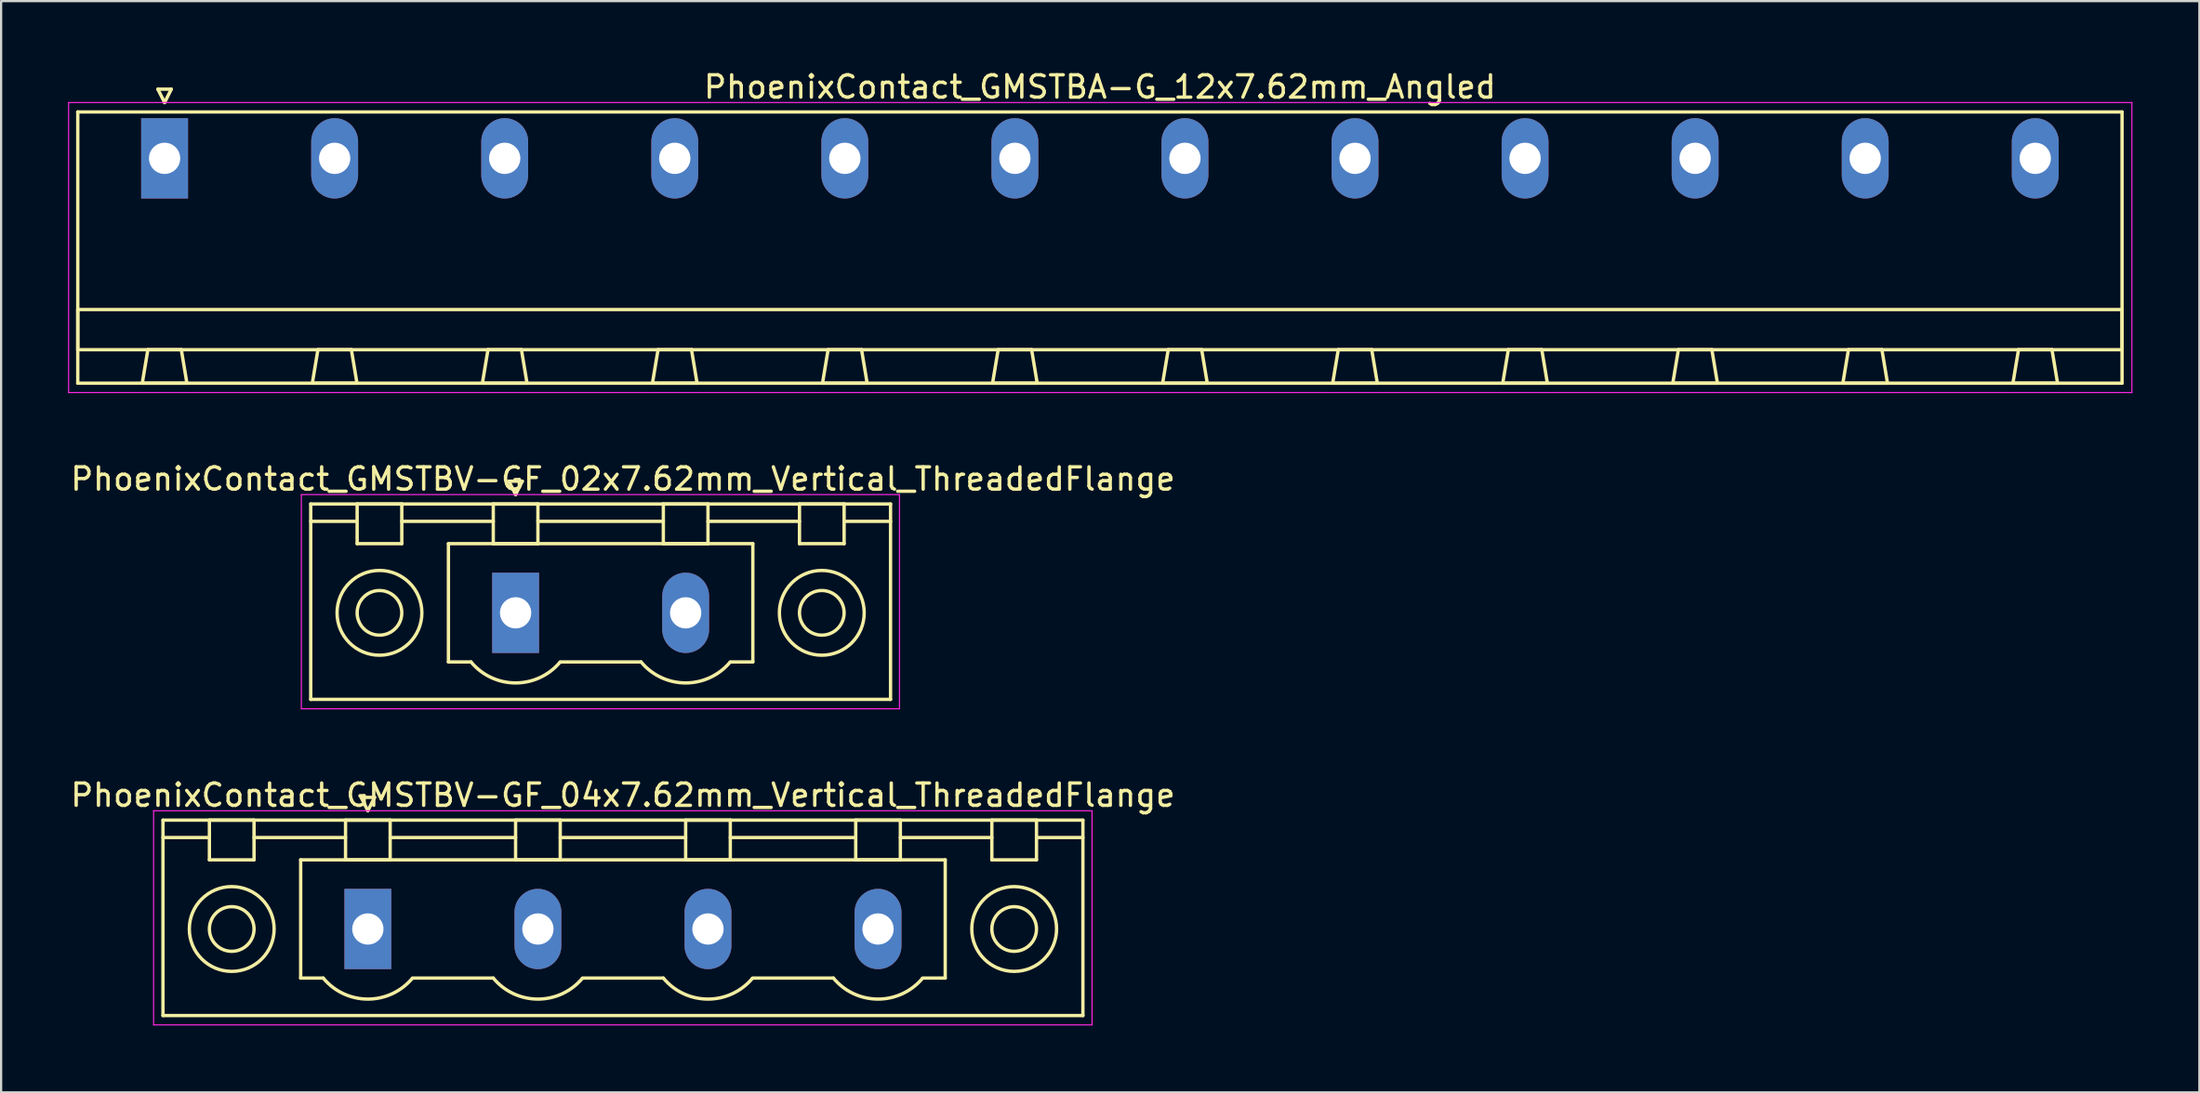
<source format=kicad_pcb>
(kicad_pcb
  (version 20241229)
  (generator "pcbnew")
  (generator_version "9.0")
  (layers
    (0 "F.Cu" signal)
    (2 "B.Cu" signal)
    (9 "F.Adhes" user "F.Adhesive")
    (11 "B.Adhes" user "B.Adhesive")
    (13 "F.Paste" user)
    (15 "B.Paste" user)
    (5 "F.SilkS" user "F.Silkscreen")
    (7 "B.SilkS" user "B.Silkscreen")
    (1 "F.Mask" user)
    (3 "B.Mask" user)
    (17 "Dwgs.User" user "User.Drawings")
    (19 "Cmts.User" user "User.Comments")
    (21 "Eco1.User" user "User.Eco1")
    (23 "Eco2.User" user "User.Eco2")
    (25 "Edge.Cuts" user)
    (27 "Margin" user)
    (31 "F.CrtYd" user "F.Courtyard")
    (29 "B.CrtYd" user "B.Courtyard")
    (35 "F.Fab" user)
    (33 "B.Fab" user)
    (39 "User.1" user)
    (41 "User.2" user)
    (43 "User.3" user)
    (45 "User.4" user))
  (footprint "PhoenixContact_GMSTBV-GF_04x7.62mm_Vertical_ThreadedFlange"
    (layer "F.Cu")
    (at 13.433 38.595)
    (property "Reference" "PhoenixContact_GMSTBV-GF_04x7.62mm_Vertical_ThreadedFlange" (at 11.43 -6 0) (layer "F.SilkS") (effects (font (size 1 1) (thickness 0.15))))
    (attr through_hole)
    (fp_line (start -9.18 -4.88) (end -9.18 3.88) (stroke (width 0.15) (type solid)) (layer "F.SilkS"))
    (fp_line (start -9.18 -4.1) (end -7.18 -4.1) (stroke (width 0.15) (type solid)) (layer "F.SilkS"))
    (fp_line (start -9.18 3.88) (end 32.04 3.88) (stroke (width 0.15) (type solid)) (layer "F.SilkS"))
    (fp_line (start -7.1 -4.88) (end -5.1 -4.88) (stroke (width 0.15) (type solid)) (layer "F.SilkS"))
    (fp_line (start -7.1 -3.1) (end -7.1 -4.88) (stroke (width 0.15) (type solid)) (layer "F.SilkS"))
    (fp_line (start -5.1 -4.88) (end -5.1 -3.1) (stroke (width 0.15) (type solid)) (layer "F.SilkS"))
    (fp_line (start -5.1 -4.1) (end -1 -4.1) (stroke (width 0.15) (type solid)) (layer "F.SilkS"))
    (fp_line (start -5.1 -3.1) (end -7.1 -3.1) (stroke (width 0.15) (type solid)) (layer "F.SilkS"))
    (fp_line (start -3.01 -3.1) (end 25.87 -3.1) (stroke (width 0.15) (type solid)) (layer "F.SilkS"))
    (fp_line (start -3.01 2.2) (end -3.01 -3.1) (stroke (width 0.15) (type solid)) (layer "F.SilkS"))
    (fp_line (start -2 2.2) (end -3.01 2.2) (stroke (width 0.15) (type solid)) (layer "F.SilkS"))
    (fp_line (start -1 -4.88) (end 1 -4.88) (stroke (width 0.15) (type solid)) (layer "F.SilkS"))
    (fp_line (start -1 -3.1) (end -1 -4.88) (stroke (width 0.15) (type solid)) (layer "F.SilkS"))
    (fp_line (start -0.3 -5.9) (end 0 -5.3) (stroke (width 0.15) (type solid)) (layer "F.SilkS"))
    (fp_line (start 0 -5.3) (end 0.3 -5.9) (stroke (width 0.15) (type solid)) (layer "F.SilkS"))
    (fp_line (start 0.3 -5.9) (end -0.3 -5.9) (stroke (width 0.15) (type solid)) (layer "F.SilkS"))
    (fp_line (start 1 -4.88) (end 1 -3.1) (stroke (width 0.15) (type solid)) (layer "F.SilkS"))
    (fp_line (start 1 -4.1) (end 6.62 -4.1) (stroke (width 0.15) (type solid)) (layer "F.SilkS"))
    (fp_line (start 1 -3.1) (end -1 -3.1) (stroke (width 0.15) (type solid)) (layer "F.SilkS"))
    (fp_line (start 2 2.2) (end 5.62 2.2) (stroke (width 0.15) (type solid)) (layer "F.SilkS"))
    (fp_line (start 6.62 -4.88) (end 8.62 -4.88) (stroke (width 0.15) (type solid)) (layer "F.SilkS"))
    (fp_line (start 6.62 -3.1) (end 6.62 -4.88) (stroke (width 0.15) (type solid)) (layer "F.SilkS"))
    (fp_line (start 8.62 -4.88) (end 8.62 -3.1) (stroke (width 0.15) (type solid)) (layer "F.SilkS"))
    (fp_line (start 8.62 -4.1) (end 14.24 -4.1) (stroke (width 0.15) (type solid)) (layer "F.SilkS"))
    (fp_line (start 8.62 -3.1) (end 6.62 -3.1) (stroke (width 0.15) (type solid)) (layer "F.SilkS"))
    (fp_line (start 9.62 2.2) (end 13.24 2.2) (stroke (width 0.15) (type solid)) (layer "F.SilkS"))
    (fp_line (start 14.24 -4.88) (end 16.24 -4.88) (stroke (width 0.15) (type solid)) (layer "F.SilkS"))
    (fp_line (start 14.24 -3.1) (end 14.24 -4.88) (stroke (width 0.15) (type solid)) (layer "F.SilkS"))
    (fp_line (start 16.24 -4.88) (end 16.24 -3.1) (stroke (width 0.15) (type solid)) (layer "F.SilkS"))
    (fp_line (start 16.24 -4.1) (end 21.86 -4.1) (stroke (width 0.15) (type solid)) (layer "F.SilkS"))
    (fp_line (start 16.24 -3.1) (end 14.24 -3.1) (stroke (width 0.15) (type solid)) (layer "F.SilkS"))
    (fp_line (start 17.24 2.2) (end 20.86 2.2) (stroke (width 0.15) (type solid)) (layer "F.SilkS"))
    (fp_line (start 21.86 -4.88) (end 23.86 -4.88) (stroke (width 0.15) (type solid)) (layer "F.SilkS"))
    (fp_line (start 21.86 -3.1) (end 21.86 -4.88) (stroke (width 0.15) (type solid)) (layer "F.SilkS"))
    (fp_line (start 23.86 -4.88) (end 23.86 -3.1) (stroke (width 0.15) (type solid)) (layer "F.SilkS"))
    (fp_line (start 23.86 -4.1) (end 27.96 -4.1) (stroke (width 0.15) (type solid)) (layer "F.SilkS"))
    (fp_line (start 23.86 -3.1) (end 21.86 -3.1) (stroke (width 0.15) (type solid)) (layer "F.SilkS"))
    (fp_line (start 25.87 -3.1) (end 25.87 2.2) (stroke (width 0.15) (type solid)) (layer "F.SilkS"))
    (fp_line (start 25.87 2.2) (end 24.86 2.2) (stroke (width 0.15) (type solid)) (layer "F.SilkS"))
    (fp_line (start 27.96 -4.88) (end 29.96 -4.88) (stroke (width 0.15) (type solid)) (layer "F.SilkS"))
    (fp_line (start 27.96 -3.1) (end 27.96 -4.88) (stroke (width 0.15) (type solid)) (layer "F.SilkS"))
    (fp_line (start 29.96 -4.88) (end 29.96 -3.1) (stroke (width 0.15) (type solid)) (layer "F.SilkS"))
    (fp_line (start 29.96 -3.1) (end 27.96 -3.1) (stroke (width 0.15) (type solid)) (layer "F.SilkS"))
    (fp_line (start 32.04 -4.88) (end -9.18 -4.88) (stroke (width 0.15) (type solid)) (layer "F.SilkS"))
    (fp_line (start 32.04 -4.1) (end 30.04 -4.1) (stroke (width 0.15) (type solid)) (layer "F.SilkS"))
    (fp_line (start 32.04 3.88) (end 32.04 -4.88) (stroke (width 0.15) (type solid)) (layer "F.SilkS"))
    (fp_arc (start 1.986842 2.215821) (mid -0.010289 3.142758) (end -2 2.2) (stroke (width 0.15) (type solid)) (layer "F.SilkS"))
    (fp_arc (start 9.606842 2.215821) (mid 7.609711 3.142758) (end 5.62 2.2) (stroke (width 0.15) (type solid)) (layer "F.SilkS"))
    (fp_arc (start 17.226842 2.215821) (mid 15.229711 3.142758) (end 13.24 2.2) (stroke (width 0.15) (type solid)) (layer "F.SilkS"))
    (fp_arc (start 24.846842 2.215821) (mid 22.849711 3.142758) (end 20.86 2.2) (stroke (width 0.15) (type solid)) (layer "F.SilkS"))
    (fp_circle (center -6.1 0) (end -5.1 0) (stroke (width 0.15) (type solid)) (fill no) (layer "F.SilkS"))
    (fp_circle (center -6.1 0) (end -4.2 0) (stroke (width 0.15) (type solid)) (fill no) (layer "F.SilkS"))
    (fp_circle (center 28.96 0) (end 29.96 0) (stroke (width 0.15) (type solid)) (fill no) (layer "F.SilkS"))
    (fp_circle (center 28.96 0) (end 30.86 0) (stroke (width 0.15) (type solid)) (fill no) (layer "F.SilkS"))
    (fp_line (start -9.6 -5.3) (end -9.6 4.3) (stroke (width 0.05) (type solid)) (layer "F.CrtYd"))
    (fp_line (start -9.6 4.3) (end 32.45 4.3) (stroke (width 0.05) (type solid)) (layer "F.CrtYd"))
    (fp_line (start 32.45 -5.3) (end -9.6 -5.3) (stroke (width 0.05) (type solid)) (layer "F.CrtYd"))
    (fp_line (start 32.45 4.3) (end 32.45 -5.3) (stroke (width 0.05) (type solid)) (layer "F.CrtYd"))
    (pad "1" thru_hole rect (at 0 0) (size 2.1 3.6) (drill 1.4) (layers "*.Cu" "*.Mask"))
    (pad "2" thru_hole oval (at 7.62 0) (size 2.1 3.6) (drill 1.4) (layers "*.Cu" "*.Mask"))
    (pad "3" thru_hole oval (at 15.24 0) (size 2.1 3.6) (drill 1.4) (layers "*.Cu" "*.Mask"))
    (pad "4" thru_hole oval (at 22.86 0) (size 2.1 3.6) (drill 1.4) (layers "*.Cu" "*.Mask")))
  (footprint "PhoenixContact_GMSTBA-G_12x7.62mm_Angled"
    (layer "F.Cu")
    (at 4.325 4.048)
    (property "Reference" "PhoenixContact_GMSTBA-G_12x7.62mm_Angled" (at 41.91 -3.2 0) (layer "F.SilkS") (effects (font (size 1 1) (thickness 0.15))))
    (attr through_hole)
    (fp_line (start -3.89 -2.08) (end -3.89 10.08) (stroke (width 0.15) (type solid)) (layer "F.SilkS"))
    (fp_line (start -3.89 6.78) (end 87.71 6.78) (stroke (width 0.15) (type solid)) (layer "F.SilkS"))
    (fp_line (start -3.89 8.58) (end -3.89 6.78) (stroke (width 0.15) (type solid)) (layer "F.SilkS"))
    (fp_line (start -3.89 10.08) (end 87.71 10.08) (stroke (width 0.15) (type solid)) (layer "F.SilkS"))
    (fp_line (start -1 10.08) (end 1 10.08) (stroke (width 0.15) (type solid)) (layer "F.SilkS"))
    (fp_line (start -0.75 8.58) (end -1 10.08) (stroke (width 0.15) (type solid)) (layer "F.SilkS"))
    (fp_line (start -0.3 -3.1) (end 0 -2.5) (stroke (width 0.15) (type solid)) (layer "F.SilkS"))
    (fp_line (start 0 -2.5) (end 0.3 -3.1) (stroke (width 0.15) (type solid)) (layer "F.SilkS"))
    (fp_line (start 0.3 -3.1) (end -0.3 -3.1) (stroke (width 0.15) (type solid)) (layer "F.SilkS"))
    (fp_line (start 0.75 8.58) (end -0.75 8.58) (stroke (width 0.15) (type solid)) (layer "F.SilkS"))
    (fp_line (start 1 10.08) (end 0.75 8.58) (stroke (width 0.15) (type solid)) (layer "F.SilkS"))
    (fp_line (start 6.62 10.08) (end 8.62 10.08) (stroke (width 0.15) (type solid)) (layer "F.SilkS"))
    (fp_line (start 6.87 8.58) (end 6.62 10.08) (stroke (width 0.15) (type solid)) (layer "F.SilkS"))
    (fp_line (start 8.37 8.58) (end 6.87 8.58) (stroke (width 0.15) (type solid)) (layer "F.SilkS"))
    (fp_line (start 8.62 10.08) (end 8.37 8.58) (stroke (width 0.15) (type solid)) (layer "F.SilkS"))
    (fp_line (start 14.24 10.08) (end 16.24 10.08) (stroke (width 0.15) (type solid)) (layer "F.SilkS"))
    (fp_line (start 14.49 8.58) (end 14.24 10.08) (stroke (width 0.15) (type solid)) (layer "F.SilkS"))
    (fp_line (start 15.99 8.58) (end 14.49 8.58) (stroke (width 0.15) (type solid)) (layer "F.SilkS"))
    (fp_line (start 16.24 10.08) (end 15.99 8.58) (stroke (width 0.15) (type solid)) (layer "F.SilkS"))
    (fp_line (start 21.86 10.08) (end 23.86 10.08) (stroke (width 0.15) (type solid)) (layer "F.SilkS"))
    (fp_line (start 22.11 8.58) (end 21.86 10.08) (stroke (width 0.15) (type solid)) (layer "F.SilkS"))
    (fp_line (start 23.61 8.58) (end 22.11 8.58) (stroke (width 0.15) (type solid)) (layer "F.SilkS"))
    (fp_line (start 23.86 10.08) (end 23.61 8.58) (stroke (width 0.15) (type solid)) (layer "F.SilkS"))
    (fp_line (start 29.48 10.08) (end 31.48 10.08) (stroke (width 0.15) (type solid)) (layer "F.SilkS"))
    (fp_line (start 29.73 8.58) (end 29.48 10.08) (stroke (width 0.15) (type solid)) (layer "F.SilkS"))
    (fp_line (start 31.23 8.58) (end 29.73 8.58) (stroke (width 0.15) (type solid)) (layer "F.SilkS"))
    (fp_line (start 31.48 10.08) (end 31.23 8.58) (stroke (width 0.15) (type solid)) (layer "F.SilkS"))
    (fp_line (start 37.1 10.08) (end 39.1 10.08) (stroke (width 0.15) (type solid)) (layer "F.SilkS"))
    (fp_line (start 37.35 8.58) (end 37.1 10.08) (stroke (width 0.15) (type solid)) (layer "F.SilkS"))
    (fp_line (start 38.85 8.58) (end 37.35 8.58) (stroke (width 0.15) (type solid)) (layer "F.SilkS"))
    (fp_line (start 39.1 10.08) (end 38.85 8.58) (stroke (width 0.15) (type solid)) (layer "F.SilkS"))
    (fp_line (start 44.72 10.08) (end 46.72 10.08) (stroke (width 0.15) (type solid)) (layer "F.SilkS"))
    (fp_line (start 44.97 8.58) (end 44.72 10.08) (stroke (width 0.15) (type solid)) (layer "F.SilkS"))
    (fp_line (start 46.47 8.58) (end 44.97 8.58) (stroke (width 0.15) (type solid)) (layer "F.SilkS"))
    (fp_line (start 46.72 10.08) (end 46.47 8.58) (stroke (width 0.15) (type solid)) (layer "F.SilkS"))
    (fp_line (start 52.34 10.08) (end 54.34 10.08) (stroke (width 0.15) (type solid)) (layer "F.SilkS"))
    (fp_line (start 52.59 8.58) (end 52.34 10.08) (stroke (width 0.15) (type solid)) (layer "F.SilkS"))
    (fp_line (start 54.09 8.58) (end 52.59 8.58) (stroke (width 0.15) (type solid)) (layer "F.SilkS"))
    (fp_line (start 54.34 10.08) (end 54.09 8.58) (stroke (width 0.15) (type solid)) (layer "F.SilkS"))
    (fp_line (start 59.96 10.08) (end 61.96 10.08) (stroke (width 0.15) (type solid)) (layer "F.SilkS"))
    (fp_line (start 60.21 8.58) (end 59.96 10.08) (stroke (width 0.15) (type solid)) (layer "F.SilkS"))
    (fp_line (start 61.71 8.58) (end 60.21 8.58) (stroke (width 0.15) (type solid)) (layer "F.SilkS"))
    (fp_line (start 61.96 10.08) (end 61.71 8.58) (stroke (width 0.15) (type solid)) (layer "F.SilkS"))
    (fp_line (start 67.58 10.08) (end 69.58 10.08) (stroke (width 0.15) (type solid)) (layer "F.SilkS"))
    (fp_line (start 67.83 8.58) (end 67.58 10.08) (stroke (width 0.15) (type solid)) (layer "F.SilkS"))
    (fp_line (start 69.33 8.58) (end 67.83 8.58) (stroke (width 0.15) (type solid)) (layer "F.SilkS"))
    (fp_line (start 69.58 10.08) (end 69.33 8.58) (stroke (width 0.15) (type solid)) (layer "F.SilkS"))
    (fp_line (start 75.2 10.08) (end 77.2 10.08) (stroke (width 0.15) (type solid)) (layer "F.SilkS"))
    (fp_line (start 75.45 8.58) (end 75.2 10.08) (stroke (width 0.15) (type solid)) (layer "F.SilkS"))
    (fp_line (start 76.95 8.58) (end 75.45 8.58) (stroke (width 0.15) (type solid)) (layer "F.SilkS"))
    (fp_line (start 77.2 10.08) (end 76.95 8.58) (stroke (width 0.15) (type solid)) (layer "F.SilkS"))
    (fp_line (start 82.82 10.08) (end 84.82 10.08) (stroke (width 0.15) (type solid)) (layer "F.SilkS"))
    (fp_line (start 83.07 8.58) (end 82.82 10.08) (stroke (width 0.15) (type solid)) (layer "F.SilkS"))
    (fp_line (start 84.57 8.58) (end 83.07 8.58) (stroke (width 0.15) (type solid)) (layer "F.SilkS"))
    (fp_line (start 84.82 10.08) (end 84.57 8.58) (stroke (width 0.15) (type solid)) (layer "F.SilkS"))
    (fp_line (start 87.71 -2.08) (end -3.89 -2.08) (stroke (width 0.15) (type solid)) (layer "F.SilkS"))
    (fp_line (start 87.71 6.78) (end 87.71 8.58) (stroke (width 0.15) (type solid)) (layer "F.SilkS"))
    (fp_line (start 87.71 8.58) (end -3.89 8.58) (stroke (width 0.15) (type solid)) (layer "F.SilkS"))
    (fp_line (start 87.71 10.08) (end 87.71 -2.08) (stroke (width 0.15) (type solid)) (layer "F.SilkS"))
    (fp_line (start -4.3 -2.5) (end -4.3 10.5) (stroke (width 0.05) (type solid)) (layer "F.CrtYd"))
    (fp_line (start -4.3 10.5) (end 88.15 10.5) (stroke (width 0.05) (type solid)) (layer "F.CrtYd"))
    (fp_line (start 88.15 -2.5) (end -4.3 -2.5) (stroke (width 0.05) (type solid)) (layer "F.CrtYd"))
    (fp_line (start 88.15 10.5) (end 88.15 -2.5) (stroke (width 0.05) (type solid)) (layer "F.CrtYd"))
    (pad "1" thru_hole rect (at 0 0) (size 2.1 3.6) (drill 1.4) (layers "*.Cu" "*.Mask"))
    (pad "2" thru_hole oval (at 7.62 0) (size 2.1 3.6) (drill 1.4) (layers "*.Cu" "*.Mask"))
    (pad "3" thru_hole oval (at 15.24 0) (size 2.1 3.6) (drill 1.4) (layers "*.Cu" "*.Mask"))
    (pad "4" thru_hole oval (at 22.86 0) (size 2.1 3.6) (drill 1.4) (layers "*.Cu" "*.Mask"))
    (pad "5" thru_hole oval (at 30.48 0) (size 2.1 3.6) (drill 1.4) (layers "*.Cu" "*.Mask"))
    (pad "6" thru_hole oval (at 38.1 0) (size 2.1 3.6) (drill 1.4) (layers "*.Cu" "*.Mask"))
    (pad "7" thru_hole oval (at 45.72 0) (size 2.1 3.6) (drill 1.4) (layers "*.Cu" "*.Mask"))
    (pad "8" thru_hole oval (at 53.34 0) (size 2.1 3.6) (drill 1.4) (layers "*.Cu" "*.Mask"))
    (pad "9" thru_hole oval (at 60.96 0) (size 2.1 3.6) (drill 1.4) (layers "*.Cu" "*.Mask"))
    (pad "10" thru_hole oval (at 68.58 0) (size 2.1 3.6) (drill 1.4) (layers "*.Cu" "*.Mask"))
    (pad "11" thru_hole oval (at 76.2 0) (size 2.1 3.6) (drill 1.4) (layers "*.Cu" "*.Mask"))
    (pad "12" thru_hole oval (at 83.82 0) (size 2.1 3.6) (drill 1.4) (layers "*.Cu" "*.Mask")))
  (footprint "PhoenixContact_GMSTBV-GF_02x7.62mm_Vertical_ThreadedFlange"
    (layer "F.Cu")
    (at 20.053 24.422)
    (property "Reference" "PhoenixContact_GMSTBV-GF_02x7.62mm_Vertical_ThreadedFlange" (at 4.81 -6 0) (layer "F.SilkS") (effects (font (size 1 1) (thickness 0.15))))
    (attr through_hole)
    (fp_line (start -9.18 -4.88) (end -9.18 3.88) (stroke (width 0.15) (type solid)) (layer "F.SilkS"))
    (fp_line (start -9.18 -4.1) (end -7.18 -4.1) (stroke (width 0.15) (type solid)) (layer "F.SilkS"))
    (fp_line (start -9.18 3.88) (end 16.8 3.88) (stroke (width 0.15) (type solid)) (layer "F.SilkS"))
    (fp_line (start -7.1 -4.88) (end -5.1 -4.88) (stroke (width 0.15) (type solid)) (layer "F.SilkS"))
    (fp_line (start -7.1 -3.1) (end -7.1 -4.88) (stroke (width 0.15) (type solid)) (layer "F.SilkS"))
    (fp_line (start -5.1 -4.88) (end -5.1 -3.1) (stroke (width 0.15) (type solid)) (layer "F.SilkS"))
    (fp_line (start -5.1 -4.1) (end -1 -4.1) (stroke (width 0.15) (type solid)) (layer "F.SilkS"))
    (fp_line (start -5.1 -3.1) (end -7.1 -3.1) (stroke (width 0.15) (type solid)) (layer "F.SilkS"))
    (fp_line (start -3.01 -3.1) (end 10.63 -3.1) (stroke (width 0.15) (type solid)) (layer "F.SilkS"))
    (fp_line (start -3.01 2.2) (end -3.01 -3.1) (stroke (width 0.15) (type solid)) (layer "F.SilkS"))
    (fp_line (start -2 2.2) (end -3.01 2.2) (stroke (width 0.15) (type solid)) (layer "F.SilkS"))
    (fp_line (start -1 -4.88) (end 1 -4.88) (stroke (width 0.15) (type solid)) (layer "F.SilkS"))
    (fp_line (start -1 -3.1) (end -1 -4.88) (stroke (width 0.15) (type solid)) (layer "F.SilkS"))
    (fp_line (start -0.3 -5.9) (end 0 -5.3) (stroke (width 0.15) (type solid)) (layer "F.SilkS"))
    (fp_line (start 0 -5.3) (end 0.3 -5.9) (stroke (width 0.15) (type solid)) (layer "F.SilkS"))
    (fp_line (start 0.3 -5.9) (end -0.3 -5.9) (stroke (width 0.15) (type solid)) (layer "F.SilkS"))
    (fp_line (start 1 -4.88) (end 1 -3.1) (stroke (width 0.15) (type solid)) (layer "F.SilkS"))
    (fp_line (start 1 -4.1) (end 6.62 -4.1) (stroke (width 0.15) (type solid)) (layer "F.SilkS"))
    (fp_line (start 1 -3.1) (end -1 -3.1) (stroke (width 0.15) (type solid)) (layer "F.SilkS"))
    (fp_line (start 2 2.2) (end 5.62 2.2) (stroke (width 0.15) (type solid)) (layer "F.SilkS"))
    (fp_line (start 6.62 -4.88) (end 8.62 -4.88) (stroke (width 0.15) (type solid)) (layer "F.SilkS"))
    (fp_line (start 6.62 -3.1) (end 6.62 -4.88) (stroke (width 0.15) (type solid)) (layer "F.SilkS"))
    (fp_line (start 8.62 -4.88) (end 8.62 -3.1) (stroke (width 0.15) (type solid)) (layer "F.SilkS"))
    (fp_line (start 8.62 -4.1) (end 12.72 -4.1) (stroke (width 0.15) (type solid)) (layer "F.SilkS"))
    (fp_line (start 8.62 -3.1) (end 6.62 -3.1) (stroke (width 0.15) (type solid)) (layer "F.SilkS"))
    (fp_line (start 10.63 -3.1) (end 10.63 2.2) (stroke (width 0.15) (type solid)) (layer "F.SilkS"))
    (fp_line (start 10.63 2.2) (end 9.62 2.2) (stroke (width 0.15) (type solid)) (layer "F.SilkS"))
    (fp_line (start 12.72 -4.88) (end 14.72 -4.88) (stroke (width 0.15) (type solid)) (layer "F.SilkS"))
    (fp_line (start 12.72 -3.1) (end 12.72 -4.88) (stroke (width 0.15) (type solid)) (layer "F.SilkS"))
    (fp_line (start 14.72 -4.88) (end 14.72 -3.1) (stroke (width 0.15) (type solid)) (layer "F.SilkS"))
    (fp_line (start 14.72 -3.1) (end 12.72 -3.1) (stroke (width 0.15) (type solid)) (layer "F.SilkS"))
    (fp_line (start 16.8 -4.88) (end -9.18 -4.88) (stroke (width 0.15) (type solid)) (layer "F.SilkS"))
    (fp_line (start 16.8 -4.1) (end 14.8 -4.1) (stroke (width 0.15) (type solid)) (layer "F.SilkS"))
    (fp_line (start 16.8 3.88) (end 16.8 -4.88) (stroke (width 0.15) (type solid)) (layer "F.SilkS"))
    (fp_arc (start 1.986842 2.215821) (mid -0.010289 3.142758) (end -2 2.2) (stroke (width 0.15) (type solid)) (layer "F.SilkS"))
    (fp_arc (start 9.606842 2.215821) (mid 7.609711 3.142758) (end 5.62 2.2) (stroke (width 0.15) (type solid)) (layer "F.SilkS"))
    (fp_circle (center -6.1 0) (end -5.1 0) (stroke (width 0.15) (type solid)) (fill no) (layer "F.SilkS"))
    (fp_circle (center -6.1 0) (end -4.2 0) (stroke (width 0.15) (type solid)) (fill no) (layer "F.SilkS"))
    (fp_circle (center 13.72 0) (end 14.72 0) (stroke (width 0.15) (type solid)) (fill no) (layer "F.SilkS"))
    (fp_circle (center 13.72 0) (end 15.62 0) (stroke (width 0.15) (type solid)) (fill no) (layer "F.SilkS"))
    (fp_line (start -9.6 -5.3) (end -9.6 4.3) (stroke (width 0.05) (type solid)) (layer "F.CrtYd"))
    (fp_line (start -9.6 4.3) (end 17.2 4.3) (stroke (width 0.05) (type solid)) (layer "F.CrtYd"))
    (fp_line (start 17.2 -5.3) (end -9.6 -5.3) (stroke (width 0.05) (type solid)) (layer "F.CrtYd"))
    (fp_line (start 17.2 4.3) (end 17.2 -5.3) (stroke (width 0.05) (type solid)) (layer "F.CrtYd"))
    (pad "1" thru_hole rect (at 0 0) (size 2.1 3.6) (drill 1.4) (layers "*.Cu" "*.Mask"))
    (pad "2" thru_hole oval (at 7.62 0) (size 2.1 3.6) (drill 1.4) (layers "*.Cu" "*.Mask")))
  (gr_rect
    (start -3 -3)
    (end 95.5 45.92)
    (stroke (width 0.1) (type default))
    (fill no)
    (layer "Edge.Cuts")))
</source>
